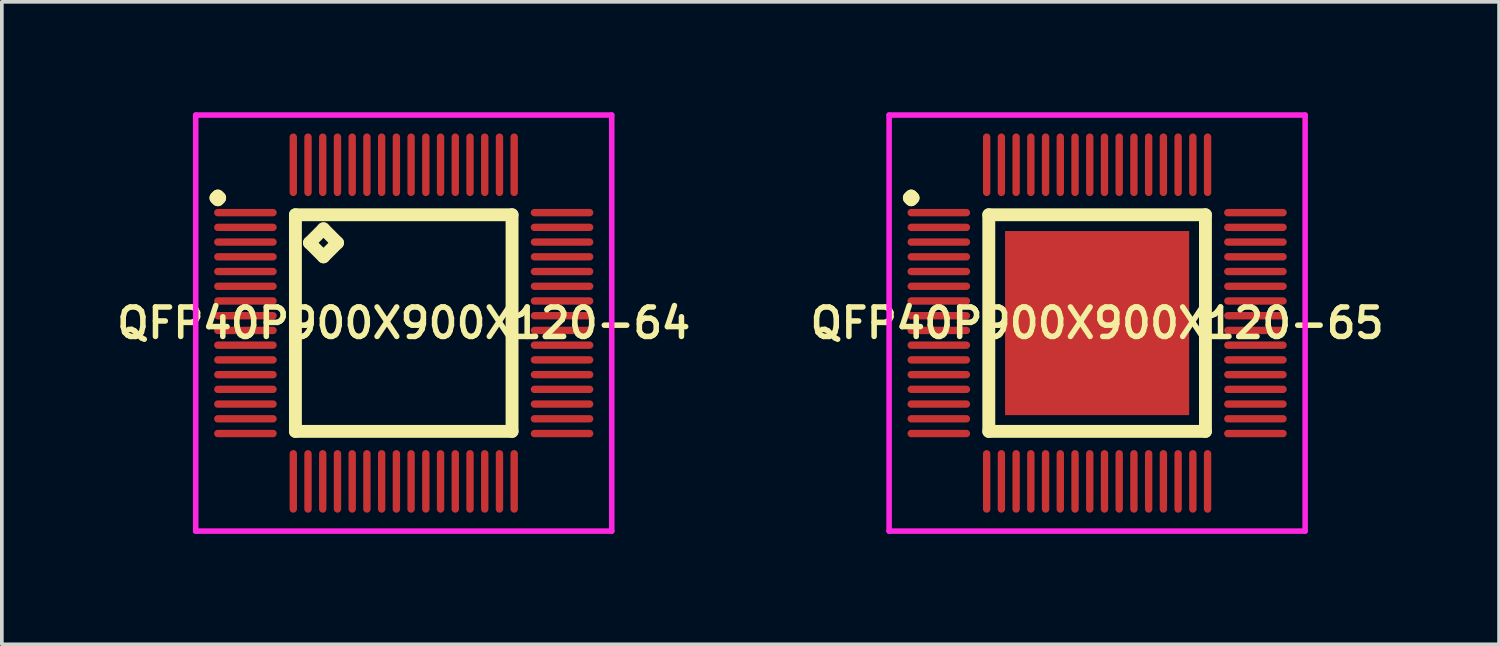
<source format=kicad_pcb>
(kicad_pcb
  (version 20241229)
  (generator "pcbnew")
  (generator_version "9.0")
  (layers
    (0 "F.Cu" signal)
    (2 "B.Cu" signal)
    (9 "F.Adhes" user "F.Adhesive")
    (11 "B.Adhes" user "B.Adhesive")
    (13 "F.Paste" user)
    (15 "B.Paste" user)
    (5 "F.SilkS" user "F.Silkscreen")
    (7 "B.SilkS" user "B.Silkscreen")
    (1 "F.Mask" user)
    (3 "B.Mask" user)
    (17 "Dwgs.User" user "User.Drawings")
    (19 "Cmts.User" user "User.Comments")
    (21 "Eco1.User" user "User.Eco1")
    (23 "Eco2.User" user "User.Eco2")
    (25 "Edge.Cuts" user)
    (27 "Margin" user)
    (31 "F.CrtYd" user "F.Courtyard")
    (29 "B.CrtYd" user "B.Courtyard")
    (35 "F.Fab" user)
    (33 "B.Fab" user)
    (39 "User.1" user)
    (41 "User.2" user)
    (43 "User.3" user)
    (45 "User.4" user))
  (footprint "QFP40P900X900X120-65"
    (layer "F.Cu")
    (at 26.749 5.725)
    (property "Reference" "QFP40P900X900X120-65" (at 0 0 0) (layer "F.SilkS") (effects (font (size 0.8 0.8) (thickness 0.15))))
    (attr smd)
    (fp_line (start -5.1 -3.4) (end -5.05 -3.45) (stroke (width 0.35) (type solid)) (layer "F.SilkS"))
    (fp_line (start -5.05 -3.45) (end -5 -3.4) (stroke (width 0.35) (type solid)) (layer "F.SilkS"))
    (fp_line (start -5.05 -3.35) (end -5.1 -3.4) (stroke (width 0.35) (type solid)) (layer "F.SilkS"))
    (fp_line (start -5 -3.4) (end -5.05 -3.35) (stroke (width 0.35) (type solid)) (layer "F.SilkS"))
    (fp_line (start -2.942 -2.942) (end -2.942 2.942) (stroke (width 0.35) (type solid)) (layer "F.SilkS"))
    (fp_line (start -2.942 2.942) (end 2.942 2.942) (stroke (width 0.35) (type solid)) (layer "F.SilkS"))
    (fp_line (start 2.942 -2.942) (end -2.942 -2.942) (stroke (width 0.35) (type solid)) (layer "F.SilkS"))
    (fp_line (start 2.942 2.942) (end 2.942 -2.942) (stroke (width 0.35) (type solid)) (layer "F.SilkS"))
    (fp_line (start -5.65 -5.65) (end 5.65 -5.65) (stroke (width 0.15) (type solid)) (layer "F.CrtYd"))
    (fp_line (start -5.65 5.65) (end -5.65 -5.65) (stroke (width 0.15) (type solid)) (layer "F.CrtYd"))
    (fp_line (start 5.65 -5.65) (end 5.65 5.65) (stroke (width 0.15) (type solid)) (layer "F.CrtYd"))
    (fp_line (start 5.65 5.65) (end -5.65 5.65) (stroke (width 0.15) (type solid)) (layer "F.CrtYd"))
    (pad "1" smd oval (at -4.3 -3) (size 1.7 0.2) (layers "F.Cu" "F.Mask" "F.Paste"))
    (pad "2" smd oval (at -4.3 -2.6) (size 1.7 0.2) (layers "F.Cu" "F.Mask" "F.Paste"))
    (pad "3" smd oval (at -4.3 -2.2) (size 1.7 0.2) (layers "F.Cu" "F.Mask" "F.Paste"))
    (pad "4" smd oval (at -4.3 -1.8) (size 1.7 0.2) (layers "F.Cu" "F.Mask" "F.Paste"))
    (pad "5" smd oval (at -4.3 -1.4) (size 1.7 0.2) (layers "F.Cu" "F.Mask" "F.Paste"))
    (pad "6" smd oval (at -4.3 -1) (size 1.7 0.2) (layers "F.Cu" "F.Mask" "F.Paste"))
    (pad "7" smd oval (at -4.3 -0.6) (size 1.7 0.2) (layers "F.Cu" "F.Mask" "F.Paste"))
    (pad "8" smd oval (at -4.3 -0.2) (size 1.7 0.2) (layers "F.Cu" "F.Mask" "F.Paste"))
    (pad "9" smd oval (at -4.3 0.2) (size 1.7 0.2) (layers "F.Cu" "F.Mask" "F.Paste"))
    (pad "10" smd oval (at -4.3 0.6) (size 1.7 0.2) (layers "F.Cu" "F.Mask" "F.Paste"))
    (pad "11" smd oval (at -4.3 1) (size 1.7 0.2) (layers "F.Cu" "F.Mask" "F.Paste"))
    (pad "12" smd oval (at -4.3 1.4) (size 1.7 0.2) (layers "F.Cu" "F.Mask" "F.Paste"))
    (pad "13" smd oval (at -4.3 1.8) (size 1.7 0.2) (layers "F.Cu" "F.Mask" "F.Paste"))
    (pad "14" smd oval (at -4.3 2.2) (size 1.7 0.2) (layers "F.Cu" "F.Mask" "F.Paste"))
    (pad "15" smd oval (at -4.3 2.6) (size 1.7 0.2) (layers "F.Cu" "F.Mask" "F.Paste"))
    (pad "16" smd oval (at -4.3 3) (size 1.7 0.2) (layers "F.Cu" "F.Mask" "F.Paste"))
    (pad "17" smd oval (at -3 4.3) (size 0.2 1.7) (layers "F.Cu" "F.Mask" "F.Paste"))
    (pad "18" smd oval (at -2.6 4.3) (size 0.2 1.7) (layers "F.Cu" "F.Mask" "F.Paste"))
    (pad "19" smd oval (at -2.2 4.3) (size 0.2 1.7) (layers "F.Cu" "F.Mask" "F.Paste"))
    (pad "20" smd oval (at -1.8 4.3) (size 0.2 1.7) (layers "F.Cu" "F.Mask" "F.Paste"))
    (pad "21" smd oval (at -1.4 4.3) (size 0.2 1.7) (layers "F.Cu" "F.Mask" "F.Paste"))
    (pad "22" smd oval (at -1 4.3) (size 0.2 1.7) (layers "F.Cu" "F.Mask" "F.Paste"))
    (pad "23" smd oval (at -0.6 4.3) (size 0.2 1.7) (layers "F.Cu" "F.Mask" "F.Paste"))
    (pad "24" smd oval (at -0.2 4.3) (size 0.2 1.7) (layers "F.Cu" "F.Mask" "F.Paste"))
    (pad "25" smd oval (at 0.2 4.3) (size 0.2 1.7) (layers "F.Cu" "F.Mask" "F.Paste"))
    (pad "26" smd oval (at 0.6 4.3) (size 0.2 1.7) (layers "F.Cu" "F.Mask" "F.Paste"))
    (pad "27" smd oval (at 1 4.3) (size 0.2 1.7) (layers "F.Cu" "F.Mask" "F.Paste"))
    (pad "28" smd oval (at 1.4 4.3) (size 0.2 1.7) (layers "F.Cu" "F.Mask" "F.Paste"))
    (pad "29" smd oval (at 1.8 4.3) (size 0.2 1.7) (layers "F.Cu" "F.Mask" "F.Paste"))
    (pad "30" smd oval (at 2.2 4.3) (size 0.2 1.7) (layers "F.Cu" "F.Mask" "F.Paste"))
    (pad "31" smd oval (at 2.6 4.3) (size 0.2 1.7) (layers "F.Cu" "F.Mask" "F.Paste"))
    (pad "32" smd oval (at 3 4.3) (size 0.2 1.7) (layers "F.Cu" "F.Mask" "F.Paste"))
    (pad "33" smd oval (at 4.3 3) (size 1.7 0.2) (layers "F.Cu" "F.Mask" "F.Paste"))
    (pad "34" smd oval (at 4.3 2.6) (size 1.7 0.2) (layers "F.Cu" "F.Mask" "F.Paste"))
    (pad "35" smd oval (at 4.3 2.2) (size 1.7 0.2) (layers "F.Cu" "F.Mask" "F.Paste"))
    (pad "36" smd oval (at 4.3 1.8) (size 1.7 0.2) (layers "F.Cu" "F.Mask" "F.Paste"))
    (pad "37" smd oval (at 4.3 1.4) (size 1.7 0.2) (layers "F.Cu" "F.Mask" "F.Paste"))
    (pad "38" smd oval (at 4.3 1) (size 1.7 0.2) (layers "F.Cu" "F.Mask" "F.Paste"))
    (pad "39" smd oval (at 4.3 0.6) (size 1.7 0.2) (layers "F.Cu" "F.Mask" "F.Paste"))
    (pad "40" smd oval (at 4.3 0.2) (size 1.7 0.2) (layers "F.Cu" "F.Mask" "F.Paste"))
    (pad "41" smd oval (at 4.3 -0.2) (size 1.7 0.2) (layers "F.Cu" "F.Mask" "F.Paste"))
    (pad "42" smd oval (at 4.3 -0.6) (size 1.7 0.2) (layers "F.Cu" "F.Mask" "F.Paste"))
    (pad "43" smd oval (at 4.3 -1) (size 1.7 0.2) (layers "F.Cu" "F.Mask" "F.Paste"))
    (pad "44" smd oval (at 4.3 -1.4) (size 1.7 0.2) (layers "F.Cu" "F.Mask" "F.Paste"))
    (pad "45" smd oval (at 4.3 -1.8) (size 1.7 0.2) (layers "F.Cu" "F.Mask" "F.Paste"))
    (pad "46" smd oval (at 4.3 -2.2) (size 1.7 0.2) (layers "F.Cu" "F.Mask" "F.Paste"))
    (pad "47" smd oval (at 4.3 -2.6) (size 1.7 0.2) (layers "F.Cu" "F.Mask" "F.Paste"))
    (pad "48" smd oval (at 4.3 -3) (size 1.7 0.2) (layers "F.Cu" "F.Mask" "F.Paste"))
    (pad "49" smd oval (at 3 -4.3) (size 0.2 1.7) (layers "F.Cu" "F.Mask" "F.Paste"))
    (pad "50" smd oval (at 2.6 -4.3) (size 0.2 1.7) (layers "F.Cu" "F.Mask" "F.Paste"))
    (pad "51" smd oval (at 2.2 -4.3) (size 0.2 1.7) (layers "F.Cu" "F.Mask" "F.Paste"))
    (pad "52" smd oval (at 1.8 -4.3) (size 0.2 1.7) (layers "F.Cu" "F.Mask" "F.Paste"))
    (pad "53" smd oval (at 1.4 -4.3) (size 0.2 1.7) (layers "F.Cu" "F.Mask" "F.Paste"))
    (pad "54" smd oval (at 1 -4.3) (size 0.2 1.7) (layers "F.Cu" "F.Mask" "F.Paste"))
    (pad "55" smd oval (at 0.6 -4.3) (size 0.2 1.7) (layers "F.Cu" "F.Mask" "F.Paste"))
    (pad "56" smd oval (at 0.2 -4.3) (size 0.2 1.7) (layers "F.Cu" "F.Mask" "F.Paste"))
    (pad "57" smd oval (at -0.2 -4.3) (size 0.2 1.7) (layers "F.Cu" "F.Mask" "F.Paste"))
    (pad "58" smd oval (at -0.6 -4.3) (size 0.2 1.7) (layers "F.Cu" "F.Mask" "F.Paste"))
    (pad "59" smd oval (at -1 -4.3) (size 0.2 1.7) (layers "F.Cu" "F.Mask" "F.Paste"))
    (pad "60" smd oval (at -1.4 -4.3) (size 0.2 1.7) (layers "F.Cu" "F.Mask" "F.Paste"))
    (pad "61" smd oval (at -1.8 -4.3) (size 0.2 1.7) (layers "F.Cu" "F.Mask" "F.Paste"))
    (pad "62" smd oval (at -2.2 -4.3) (size 0.2 1.7) (layers "F.Cu" "F.Mask" "F.Paste"))
    (pad "63" smd oval (at -2.6 -4.3) (size 0.2 1.7) (layers "F.Cu" "F.Mask" "F.Paste"))
    (pad "64" smd oval (at -3 -4.3) (size 0.2 1.7) (layers "F.Cu" "F.Mask" "F.Paste"))
    (pad "65" smd rect (at 0 0) (size 5 5) (layers "F.Cu" "F.Mask" "F.Paste")))
  (footprint "QFP40P900X900X120-64"
    (layer "F.Cu")
    (at 7.916 5.725)
    (property "Reference" "QFP40P900X900X120-64" (at 0 0 0) (layer "F.SilkS") (effects (font (size 0.8 0.8) (thickness 0.15))))
    (attr smd)
    (fp_line (start -5.1 -3.4) (end -5.05 -3.45) (stroke (width 0.35) (type solid)) (layer "F.SilkS"))
    (fp_line (start -5.05 -3.45) (end -5 -3.4) (stroke (width 0.35) (type solid)) (layer "F.SilkS"))
    (fp_line (start -5.05 -3.35) (end -5.1 -3.4) (stroke (width 0.35) (type solid)) (layer "F.SilkS"))
    (fp_line (start -5 -3.4) (end -5.05 -3.35) (stroke (width 0.35) (type solid)) (layer "F.SilkS"))
    (fp_line (start -2.942 -2.942) (end -2.942 2.942) (stroke (width 0.35) (type solid)) (layer "F.SilkS"))
    (fp_line (start -2.942 2.942) (end 2.942 2.942) (stroke (width 0.35) (type solid)) (layer "F.SilkS"))
    (fp_line (start -2.561 -2.18) (end -2.18 -2.561) (stroke (width 0.35) (type solid)) (layer "F.SilkS"))
    (fp_line (start -2.18 -2.561) (end -1.799 -2.18) (stroke (width 0.35) (type solid)) (layer "F.SilkS"))
    (fp_line (start -2.18 -1.799) (end -2.561 -2.18) (stroke (width 0.35) (type solid)) (layer "F.SilkS"))
    (fp_line (start -1.799 -2.18) (end -2.18 -1.799) (stroke (width 0.35) (type solid)) (layer "F.SilkS"))
    (fp_line (start 2.942 -2.942) (end -2.942 -2.942) (stroke (width 0.35) (type solid)) (layer "F.SilkS"))
    (fp_line (start 2.942 2.942) (end 2.942 -2.942) (stroke (width 0.35) (type solid)) (layer "F.SilkS"))
    (fp_line (start -5.65 -5.65) (end 5.65 -5.65) (stroke (width 0.15) (type solid)) (layer "F.CrtYd"))
    (fp_line (start -5.65 5.65) (end -5.65 -5.65) (stroke (width 0.15) (type solid)) (layer "F.CrtYd"))
    (fp_line (start 5.65 -5.65) (end 5.65 5.65) (stroke (width 0.15) (type solid)) (layer "F.CrtYd"))
    (fp_line (start 5.65 5.65) (end -5.65 5.65) (stroke (width 0.15) (type solid)) (layer "F.CrtYd"))
    (pad "1" smd oval (at -4.3 -3) (size 1.7 0.2) (layers "F.Cu" "F.Mask" "F.Paste"))
    (pad "2" smd oval (at -4.3 -2.6) (size 1.7 0.2) (layers "F.Cu" "F.Mask" "F.Paste"))
    (pad "3" smd oval (at -4.3 -2.2) (size 1.7 0.2) (layers "F.Cu" "F.Mask" "F.Paste"))
    (pad "4" smd oval (at -4.3 -1.8) (size 1.7 0.2) (layers "F.Cu" "F.Mask" "F.Paste"))
    (pad "5" smd oval (at -4.3 -1.4) (size 1.7 0.2) (layers "F.Cu" "F.Mask" "F.Paste"))
    (pad "6" smd oval (at -4.3 -1) (size 1.7 0.2) (layers "F.Cu" "F.Mask" "F.Paste"))
    (pad "7" smd oval (at -4.3 -0.6) (size 1.7 0.2) (layers "F.Cu" "F.Mask" "F.Paste"))
    (pad "8" smd oval (at -4.3 -0.2) (size 1.7 0.2) (layers "F.Cu" "F.Mask" "F.Paste"))
    (pad "9" smd oval (at -4.3 0.2) (size 1.7 0.2) (layers "F.Cu" "F.Mask" "F.Paste"))
    (pad "10" smd oval (at -4.3 0.6) (size 1.7 0.2) (layers "F.Cu" "F.Mask" "F.Paste"))
    (pad "11" smd oval (at -4.3 1) (size 1.7 0.2) (layers "F.Cu" "F.Mask" "F.Paste"))
    (pad "12" smd oval (at -4.3 1.4) (size 1.7 0.2) (layers "F.Cu" "F.Mask" "F.Paste"))
    (pad "13" smd oval (at -4.3 1.8) (size 1.7 0.2) (layers "F.Cu" "F.Mask" "F.Paste"))
    (pad "14" smd oval (at -4.3 2.2) (size 1.7 0.2) (layers "F.Cu" "F.Mask" "F.Paste"))
    (pad "15" smd oval (at -4.3 2.6) (size 1.7 0.2) (layers "F.Cu" "F.Mask" "F.Paste"))
    (pad "16" smd oval (at -4.3 3) (size 1.7 0.2) (layers "F.Cu" "F.Mask" "F.Paste"))
    (pad "17" smd oval (at -3 4.3) (size 0.2 1.7) (layers "F.Cu" "F.Mask" "F.Paste"))
    (pad "18" smd oval (at -2.6 4.3) (size 0.2 1.7) (layers "F.Cu" "F.Mask" "F.Paste"))
    (pad "19" smd oval (at -2.2 4.3) (size 0.2 1.7) (layers "F.Cu" "F.Mask" "F.Paste"))
    (pad "20" smd oval (at -1.8 4.3) (size 0.2 1.7) (layers "F.Cu" "F.Mask" "F.Paste"))
    (pad "21" smd oval (at -1.4 4.3) (size 0.2 1.7) (layers "F.Cu" "F.Mask" "F.Paste"))
    (pad "22" smd oval (at -1 4.3) (size 0.2 1.7) (layers "F.Cu" "F.Mask" "F.Paste"))
    (pad "23" smd oval (at -0.6 4.3) (size 0.2 1.7) (layers "F.Cu" "F.Mask" "F.Paste"))
    (pad "24" smd oval (at -0.2 4.3) (size 0.2 1.7) (layers "F.Cu" "F.Mask" "F.Paste"))
    (pad "25" smd oval (at 0.2 4.3) (size 0.2 1.7) (layers "F.Cu" "F.Mask" "F.Paste"))
    (pad "26" smd oval (at 0.6 4.3) (size 0.2 1.7) (layers "F.Cu" "F.Mask" "F.Paste"))
    (pad "27" smd oval (at 1 4.3) (size 0.2 1.7) (layers "F.Cu" "F.Mask" "F.Paste"))
    (pad "28" smd oval (at 1.4 4.3) (size 0.2 1.7) (layers "F.Cu" "F.Mask" "F.Paste"))
    (pad "29" smd oval (at 1.8 4.3) (size 0.2 1.7) (layers "F.Cu" "F.Mask" "F.Paste"))
    (pad "30" smd oval (at 2.2 4.3) (size 0.2 1.7) (layers "F.Cu" "F.Mask" "F.Paste"))
    (pad "31" smd oval (at 2.6 4.3) (size 0.2 1.7) (layers "F.Cu" "F.Mask" "F.Paste"))
    (pad "32" smd oval (at 3 4.3) (size 0.2 1.7) (layers "F.Cu" "F.Mask" "F.Paste"))
    (pad "33" smd oval (at 4.3 3) (size 1.7 0.2) (layers "F.Cu" "F.Mask" "F.Paste"))
    (pad "34" smd oval (at 4.3 2.6) (size 1.7 0.2) (layers "F.Cu" "F.Mask" "F.Paste"))
    (pad "35" smd oval (at 4.3 2.2) (size 1.7 0.2) (layers "F.Cu" "F.Mask" "F.Paste"))
    (pad "36" smd oval (at 4.3 1.8) (size 1.7 0.2) (layers "F.Cu" "F.Mask" "F.Paste"))
    (pad "37" smd oval (at 4.3 1.4) (size 1.7 0.2) (layers "F.Cu" "F.Mask" "F.Paste"))
    (pad "38" smd oval (at 4.3 1) (size 1.7 0.2) (layers "F.Cu" "F.Mask" "F.Paste"))
    (pad "39" smd oval (at 4.3 0.6) (size 1.7 0.2) (layers "F.Cu" "F.Mask" "F.Paste"))
    (pad "40" smd oval (at 4.3 0.2) (size 1.7 0.2) (layers "F.Cu" "F.Mask" "F.Paste"))
    (pad "41" smd oval (at 4.3 -0.2) (size 1.7 0.2) (layers "F.Cu" "F.Mask" "F.Paste"))
    (pad "42" smd oval (at 4.3 -0.6) (size 1.7 0.2) (layers "F.Cu" "F.Mask" "F.Paste"))
    (pad "43" smd oval (at 4.3 -1) (size 1.7 0.2) (layers "F.Cu" "F.Mask" "F.Paste"))
    (pad "44" smd oval (at 4.3 -1.4) (size 1.7 0.2) (layers "F.Cu" "F.Mask" "F.Paste"))
    (pad "45" smd oval (at 4.3 -1.8) (size 1.7 0.2) (layers "F.Cu" "F.Mask" "F.Paste"))
    (pad "46" smd oval (at 4.3 -2.2) (size 1.7 0.2) (layers "F.Cu" "F.Mask" "F.Paste"))
    (pad "47" smd oval (at 4.3 -2.6) (size 1.7 0.2) (layers "F.Cu" "F.Mask" "F.Paste"))
    (pad "48" smd oval (at 4.3 -3) (size 1.7 0.2) (layers "F.Cu" "F.Mask" "F.Paste"))
    (pad "49" smd oval (at 3 -4.3) (size 0.2 1.7) (layers "F.Cu" "F.Mask" "F.Paste"))
    (pad "50" smd oval (at 2.6 -4.3) (size 0.2 1.7) (layers "F.Cu" "F.Mask" "F.Paste"))
    (pad "51" smd oval (at 2.2 -4.3) (size 0.2 1.7) (layers "F.Cu" "F.Mask" "F.Paste"))
    (pad "52" smd oval (at 1.8 -4.3) (size 0.2 1.7) (layers "F.Cu" "F.Mask" "F.Paste"))
    (pad "53" smd oval (at 1.4 -4.3) (size 0.2 1.7) (layers "F.Cu" "F.Mask" "F.Paste"))
    (pad "54" smd oval (at 1 -4.3) (size 0.2 1.7) (layers "F.Cu" "F.Mask" "F.Paste"))
    (pad "55" smd oval (at 0.6 -4.3) (size 0.2 1.7) (layers "F.Cu" "F.Mask" "F.Paste"))
    (pad "56" smd oval (at 0.2 -4.3) (size 0.2 1.7) (layers "F.Cu" "F.Mask" "F.Paste"))
    (pad "57" smd oval (at -0.2 -4.3) (size 0.2 1.7) (layers "F.Cu" "F.Mask" "F.Paste"))
    (pad "58" smd oval (at -0.6 -4.3) (size 0.2 1.7) (layers "F.Cu" "F.Mask" "F.Paste"))
    (pad "59" smd oval (at -1 -4.3) (size 0.2 1.7) (layers "F.Cu" "F.Mask" "F.Paste"))
    (pad "60" smd oval (at -1.4 -4.3) (size 0.2 1.7) (layers "F.Cu" "F.Mask" "F.Paste"))
    (pad "61" smd oval (at -1.8 -4.3) (size 0.2 1.7) (layers "F.Cu" "F.Mask" "F.Paste"))
    (pad "62" smd oval (at -2.2 -4.3) (size 0.2 1.7) (layers "F.Cu" "F.Mask" "F.Paste"))
    (pad "63" smd oval (at -2.6 -4.3) (size 0.2 1.7) (layers "F.Cu" "F.Mask" "F.Paste"))
    (pad "64" smd oval (at -3 -4.3) (size 0.2 1.7) (layers "F.Cu" "F.Mask" "F.Paste")))
  (gr_rect
    (start -3 -3)
    (end 37.666 14.45)
    (stroke (width 0.1) (type default))
    (fill no)
    (layer "Edge.Cuts")))
</source>
